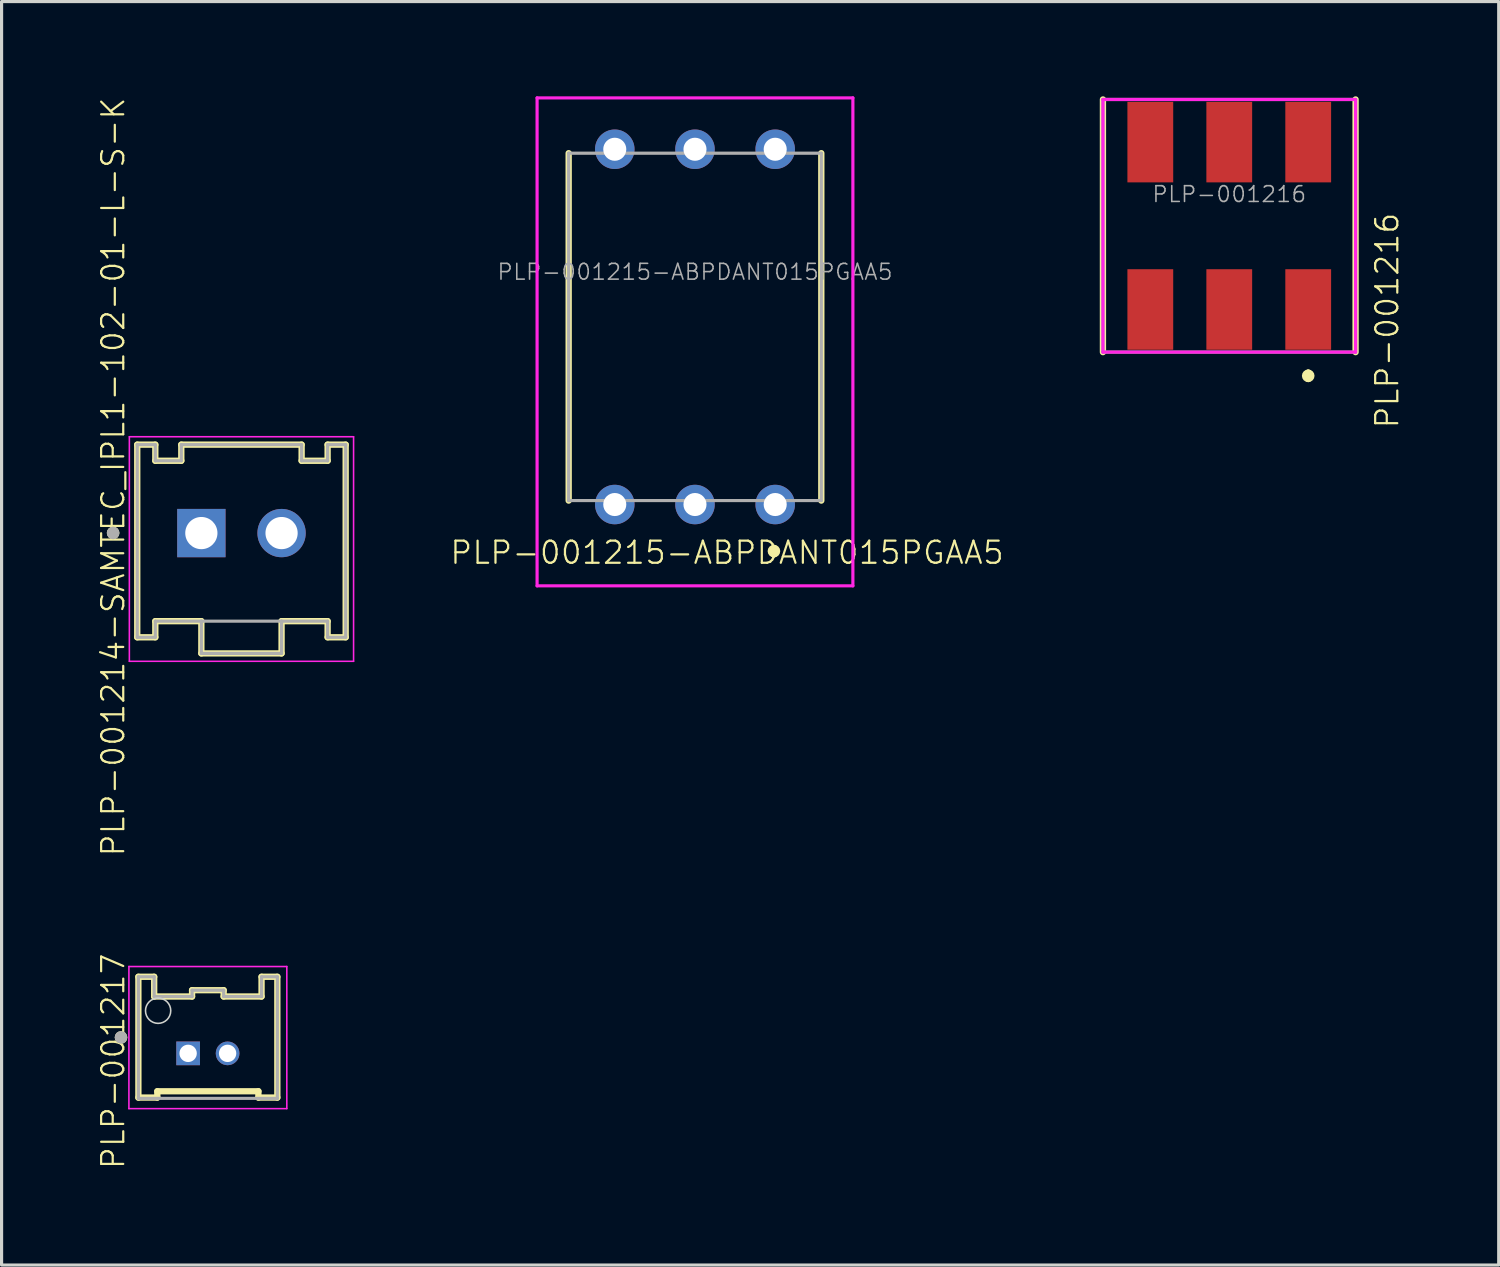
<source format=kicad_pcb>
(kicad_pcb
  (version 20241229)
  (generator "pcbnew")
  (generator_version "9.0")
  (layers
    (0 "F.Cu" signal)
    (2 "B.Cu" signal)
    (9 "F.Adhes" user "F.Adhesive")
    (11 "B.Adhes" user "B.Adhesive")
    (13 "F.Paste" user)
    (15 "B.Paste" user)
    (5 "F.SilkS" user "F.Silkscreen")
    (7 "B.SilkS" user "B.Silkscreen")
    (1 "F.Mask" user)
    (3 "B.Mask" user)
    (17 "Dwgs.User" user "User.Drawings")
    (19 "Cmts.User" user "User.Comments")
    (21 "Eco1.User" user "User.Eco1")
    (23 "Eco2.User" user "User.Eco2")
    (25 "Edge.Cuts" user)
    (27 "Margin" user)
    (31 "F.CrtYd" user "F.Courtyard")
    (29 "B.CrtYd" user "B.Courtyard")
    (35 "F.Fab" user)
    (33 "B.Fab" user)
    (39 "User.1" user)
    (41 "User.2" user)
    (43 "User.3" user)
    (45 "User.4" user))
  (footprint "PLP-001214-SAMTEC_IPL1-102-01-L-S-K"
    (layer "F.Cu")
    (at 4.596 13.83)
    (property "Reference" "PLP-001214-SAMTEC_IPL1-102-01-L-S-K" (at -4.064 -1.778 90) (layer "F.SilkS") (effects (font (size 0.7 0.7) (thickness 0.07))))
    (attr through_hole)
    (fp_line (start -3.3 -2.8) (end -3.3 3.3) (stroke (width 0.2) (type solid)) (layer "F.SilkS"))
    (fp_line (start -3.3 3.3) (end -2.728 3.3) (stroke (width 0.2) (type solid)) (layer "F.SilkS"))
    (fp_line (start -2.728 -2.8) (end -3.3 -2.8) (stroke (width 0.2) (type solid)) (layer "F.SilkS"))
    (fp_line (start -2.728 -2.29) (end -2.728 -2.8) (stroke (width 0.2) (type solid)) (layer "F.SilkS"))
    (fp_line (start -2.728 2.79) (end -1.27 2.79) (stroke (width 0.2) (type solid)) (layer "F.SilkS"))
    (fp_line (start -2.728 3.3) (end -2.728 2.79) (stroke (width 0.2) (type solid)) (layer "F.SilkS"))
    (fp_line (start -1.905 -2.8) (end -1.905 -2.29) (stroke (width 0.2) (type solid)) (layer "F.SilkS"))
    (fp_line (start -1.905 -2.29) (end -2.728 -2.29) (stroke (width 0.2) (type solid)) (layer "F.SilkS"))
    (fp_line (start -1.27 2.79) (end -1.27 3.81) (stroke (width 0.2) (type solid)) (layer "F.SilkS"))
    (fp_line (start -1.27 3.81) (end 1.27 3.81) (stroke (width 0.2) (type solid)) (layer "F.SilkS"))
    (fp_line (start 1.27 2.79) (end 2.728 2.79) (stroke (width 0.2) (type solid)) (layer "F.SilkS"))
    (fp_line (start 1.27 3.81) (end 1.27 2.79) (stroke (width 0.2) (type solid)) (layer "F.SilkS"))
    (fp_line (start 1.905 -2.8) (end -1.905 -2.8) (stroke (width 0.2) (type solid)) (layer "F.SilkS"))
    (fp_line (start 1.905 -2.29) (end 1.905 -2.8) (stroke (width 0.2) (type solid)) (layer "F.SilkS"))
    (fp_line (start 2.728 -2.8) (end 2.728 -2.29) (stroke (width 0.2) (type solid)) (layer "F.SilkS"))
    (fp_line (start 2.728 -2.29) (end 1.905 -2.29) (stroke (width 0.2) (type solid)) (layer "F.SilkS"))
    (fp_line (start 2.728 2.79) (end 2.728 3.3) (stroke (width 0.2) (type solid)) (layer "F.SilkS"))
    (fp_line (start 2.728 3.3) (end 3.3 3.3) (stroke (width 0.2) (type solid)) (layer "F.SilkS"))
    (fp_line (start 3.3 -2.8) (end 2.728 -2.8) (stroke (width 0.2) (type solid)) (layer "F.SilkS"))
    (fp_line (start 3.3 3.3) (end 3.3 -2.8) (stroke (width 0.2) (type solid)) (layer "F.SilkS"))
    (fp_circle (center -4.064 -0.004) (end -3.964 -0.004) (stroke (width 0.2) (type solid)) (fill no) (layer "F.SilkS"))
    (fp_line (start -3.55 -3.05) (end 3.55 -3.05) (stroke (width 0.05) (type solid)) (layer "F.CrtYd"))
    (fp_line (start -3.55 4.06) (end -3.55 -3.05) (stroke (width 0.05) (type solid)) (layer "F.CrtYd"))
    (fp_line (start 3.55 -3.05) (end 3.55 4.06) (stroke (width 0.05) (type solid)) (layer "F.CrtYd"))
    (fp_line (start 3.55 4.06) (end -3.55 4.06) (stroke (width 0.05) (type solid)) (layer "F.CrtYd"))
    (fp_line (start -3.3 -2.8) (end -3.3 3.3) (stroke (width 0.1) (type solid)) (layer "F.Fab"))
    (fp_line (start -3.3 3.3) (end -2.728 3.3) (stroke (width 0.1) (type solid)) (layer "F.Fab"))
    (fp_line (start -2.728 -2.8) (end -3.3 -2.8) (stroke (width 0.1) (type solid)) (layer "F.Fab"))
    (fp_line (start -2.728 -2.29) (end -2.728 -2.8) (stroke (width 0.1) (type solid)) (layer "F.Fab"))
    (fp_line (start -2.728 2.79) (end -1.27 2.79) (stroke (width 0.1) (type solid)) (layer "F.Fab"))
    (fp_line (start -2.728 3.3) (end -2.728 2.79) (stroke (width 0.1) (type solid)) (layer "F.Fab"))
    (fp_line (start -1.905 -2.8) (end -1.905 -2.29) (stroke (width 0.1) (type solid)) (layer "F.Fab"))
    (fp_line (start -1.905 -2.29) (end -2.728 -2.29) (stroke (width 0.1) (type solid)) (layer "F.Fab"))
    (fp_line (start -1.27 2.79) (end -1.27 3.81) (stroke (width 0.1) (type solid)) (layer "F.Fab"))
    (fp_line (start -1.27 2.79) (end 1.27 2.79) (stroke (width 0.1) (type solid)) (layer "F.Fab"))
    (fp_line (start -1.27 3.81) (end 1.27 3.81) (stroke (width 0.1) (type solid)) (layer "F.Fab"))
    (fp_line (start 1.27 2.79) (end 2.728 2.79) (stroke (width 0.1) (type solid)) (layer "F.Fab"))
    (fp_line (start 1.27 3.81) (end 1.27 2.79) (stroke (width 0.1) (type solid)) (layer "F.Fab"))
    (fp_line (start 1.905 -2.8) (end -1.905 -2.8) (stroke (width 0.1) (type solid)) (layer "F.Fab"))
    (fp_line (start 1.905 -2.29) (end 1.905 -2.8) (stroke (width 0.1) (type solid)) (layer "F.Fab"))
    (fp_line (start 2.728 -2.8) (end 2.728 -2.29) (stroke (width 0.1) (type solid)) (layer "F.Fab"))
    (fp_line (start 2.728 -2.29) (end 1.905 -2.29) (stroke (width 0.1) (type solid)) (layer "F.Fab"))
    (fp_line (start 2.728 2.79) (end 2.728 3.3) (stroke (width 0.1) (type solid)) (layer "F.Fab"))
    (fp_line (start 2.728 3.3) (end 3.3 3.3) (stroke (width 0.1) (type solid)) (layer "F.Fab"))
    (fp_line (start 3.3 -2.8) (end 2.728 -2.8) (stroke (width 0.1) (type solid)) (layer "F.Fab"))
    (fp_line (start 3.3 3.3) (end 3.3 -2.8) (stroke (width 0.1) (type solid)) (layer "F.Fab"))
    (fp_circle (center -4.064 -0.004) (end -3.964 -0.004) (stroke (width 0.2) (type solid)) (fill no) (layer "F.Fab"))
    (pad "01" thru_hole rect (at -1.27 0) (size 1.53 1.53) (drill 1.02) (layers "*.Cu" "*.Mask"))
    (pad "02" thru_hole circle (at 1.27 0) (size 1.53 1.53) (drill 1.02) (layers "*.Cu" "*.Mask")))
  (footprint "PLP-001215-ABPDANT015PGAA5"
    (layer "F.Cu")
    (at 18.957 7.301)
    (property "Reference" "PLP-001215-ABPDANT015PGAA5" (at 1.016 7.149 0) (layer "F.SilkS") (effects (font (size 0.7 0.7) (thickness 0.07))))
    (attr through_hole)
    (fp_line (start -4 -5.5) (end -4 5.5) (stroke (width 0.2) (type solid)) (layer "F.SilkS"))
    (fp_line (start 2.5 7) (end 2.5 7) (stroke (width 0.2) (type solid)) (layer "F.SilkS"))
    (fp_line (start 2.5 7.2) (end 2.5 7.2) (stroke (width 0.2) (type solid)) (layer "F.SilkS"))
    (fp_line (start 4 -5.5) (end 4 5.5) (stroke (width 0.2) (type solid)) (layer "F.SilkS"))
    (fp_arc (start 2.5 7) (mid 2.6 7.1) (end 2.5 7.2) (stroke (width 0.2) (type solid)) (layer "F.SilkS"))
    (fp_arc (start 2.5 7.2) (mid 2.4 7.1) (end 2.5 7) (stroke (width 0.2) (type solid)) (layer "F.SilkS"))
    (fp_line (start -5 -7.251) (end 5 -7.251) (stroke (width 0.1) (type solid)) (layer "F.CrtYd"))
    (fp_line (start -5 8.2) (end -5 -7.251) (stroke (width 0.1) (type solid)) (layer "F.CrtYd"))
    (fp_line (start 5 -7.251) (end 5 8.2) (stroke (width 0.1) (type solid)) (layer "F.CrtYd"))
    (fp_line (start 5 8.2) (end -5 8.2) (stroke (width 0.1) (type solid)) (layer "F.CrtYd"))
    (fp_line (start -4 -5.5) (end 4 -5.5) (stroke (width 0.1) (type solid)) (layer "F.Fab"))
    (fp_line (start -4 5.5) (end -4 -5.5) (stroke (width 0.1) (type solid)) (layer "F.Fab"))
    (fp_line (start 4 -5.5) (end 4 5.5) (stroke (width 0.1) (type solid)) (layer "F.Fab"))
    (fp_line (start 4 5.5) (end -4 5.5) (stroke (width 0.1) (type solid)) (layer "F.Fab"))
    (fp_text user "${REFERENCE}" (at 0 -1.741 0) (layer "F.Fab") (effects (font (size 0.5 0.5) (thickness 0.05))))
    (pad "1" thru_hole circle (at 2.54 5.625) (size 1.251 1.251) (drill 0.73) (layers "*.Cu" "*.Mask"))
    (pad "2" thru_hole circle (at 0 5.625) (size 1.251 1.251) (drill 0.73) (layers "*.Cu" "*.Mask"))
    (pad "3" thru_hole circle (at -2.54 5.625) (size 1.251 1.251) (drill 0.73) (layers "*.Cu" "*.Mask"))
    (pad "4" thru_hole circle (at -2.54 -5.625) (size 1.251 1.251) (drill 0.73) (layers "*.Cu" "*.Mask"))
    (pad "5" thru_hole circle (at 0 -5.625) (size 1.251 1.251) (drill 0.73) (layers "*.Cu" "*.Mask"))
    (pad "6" thru_hole circle (at 2.54 -5.625) (size 1.251 1.251) (drill 0.73) (layers "*.Cu" "*.Mask")))
  (footprint "PLP-001217"
    (layer "F.Cu")
    (at 3.532 30.305)
    (property "Reference" "PLP-001217" (at -3 0.25 270) (layer "F.SilkS") (effects (font (size 0.7 0.7) (thickness 0.07))))
    (attr through_hole)
    (fp_line (start -2.2 -2.425) (end -2.2 1.4) (stroke (width 0.2) (type solid)) (layer "F.SilkS"))
    (fp_line (start -2.2 1.4) (end -1.6 1.4) (stroke (width 0.2) (type solid)) (layer "F.SilkS"))
    (fp_line (start -1.7 -2.425) (end -2.2 -2.425) (stroke (width 0.2) (type solid)) (layer "F.SilkS"))
    (fp_line (start -1.7 -1.8) (end -1.7 -2.425) (stroke (width 0.2) (type solid)) (layer "F.SilkS"))
    (fp_line (start -1.6 1.2) (end 1.6 1.2) (stroke (width 0.2) (type solid)) (layer "F.SilkS"))
    (fp_line (start -1.6 1.4) (end -1.6 1.2) (stroke (width 0.2) (type solid)) (layer "F.SilkS"))
    (fp_line (start -0.5 -2) (end -0.5 -1.8) (stroke (width 0.2) (type solid)) (layer "F.SilkS"))
    (fp_line (start -0.5 -1.8) (end -1.7 -1.8) (stroke (width 0.2) (type solid)) (layer "F.SilkS"))
    (fp_line (start 0.5 -2) (end -0.5 -2) (stroke (width 0.2) (type solid)) (layer "F.SilkS"))
    (fp_line (start 0.5 -1.8) (end 0.5 -2) (stroke (width 0.2) (type solid)) (layer "F.SilkS"))
    (fp_line (start 1.6 1.4) (end 1.6 1.2) (stroke (width 0.2) (type solid)) (layer "F.SilkS"))
    (fp_line (start 1.6 1.4) (end 2.2 1.4) (stroke (width 0.2) (type solid)) (layer "F.SilkS"))
    (fp_line (start 1.7 -2.425) (end 1.7 -1.8) (stroke (width 0.2) (type solid)) (layer "F.SilkS"))
    (fp_line (start 1.7 -1.8) (end 0.5 -1.8) (stroke (width 0.2) (type solid)) (layer "F.SilkS"))
    (fp_line (start 2.2 -2.425) (end 1.7 -2.425) (stroke (width 0.2) (type solid)) (layer "F.SilkS"))
    (fp_line (start 2.2 1.4) (end 2.2 -2.425) (stroke (width 0.2) (type solid)) (layer "F.SilkS"))
    (fp_circle (center -2.75 -0.504) (end -2.65 -0.504) (stroke (width 0.2) (type solid)) (fill no) (layer "F.SilkS"))
    (fp_circle (center -1.575 -1.35) (end -1.175 -1.35) (stroke (width 0.05) (type default)) (fill no) (layer "Edge.Cuts"))
    (fp_line (start -2.5 -2.75) (end 2.5 -2.75) (stroke (width 0.05) (type solid)) (layer "F.CrtYd"))
    (fp_line (start -2.5 1.75) (end -2.5 -2.75) (stroke (width 0.05) (type solid)) (layer "F.CrtYd"))
    (fp_line (start 2.5 -2.75) (end 2.5 1.75) (stroke (width 0.05) (type solid)) (layer "F.CrtYd"))
    (fp_line (start 2.5 1.75) (end -2.5 1.75) (stroke (width 0.05) (type solid)) (layer "F.CrtYd"))
    (fp_line (start -2.2 -2.425) (end -2.2 1.425) (stroke (width 0.1) (type solid)) (layer "F.Fab"))
    (fp_line (start -2.2 1.425) (end 2.2 1.425) (stroke (width 0.1) (type solid)) (layer "F.Fab"))
    (fp_line (start -1.7 -2.425) (end -2.2 -2.425) (stroke (width 0.1) (type solid)) (layer "F.Fab"))
    (fp_line (start -1.7 -1.8) (end -1.7 -2.425) (stroke (width 0.1) (type solid)) (layer "F.Fab"))
    (fp_line (start -0.5 -2) (end -0.5 -1.8) (stroke (width 0.1) (type solid)) (layer "F.Fab"))
    (fp_line (start -0.5 -1.8) (end -1.7 -1.8) (stroke (width 0.1) (type solid)) (layer "F.Fab"))
    (fp_line (start 0.5 -2) (end -0.5 -2) (stroke (width 0.1) (type solid)) (layer "F.Fab"))
    (fp_line (start 0.5 -1.8) (end 0.5 -2) (stroke (width 0.1) (type solid)) (layer "F.Fab"))
    (fp_line (start 1.7 -2.425) (end 1.7 -1.8) (stroke (width 0.1) (type solid)) (layer "F.Fab"))
    (fp_line (start 1.7 -1.8) (end 0.5 -1.8) (stroke (width 0.1) (type solid)) (layer "F.Fab"))
    (fp_line (start 2.2 1.425) (end 2.201 -2.425) (stroke (width 0.1) (type solid)) (layer "F.Fab"))
    (fp_line (start 2.201 -2.425) (end 1.7 -2.425) (stroke (width 0.1) (type solid)) (layer "F.Fab"))
    (fp_circle (center -2.75 -0.504) (end -2.65 -0.504) (stroke (width 0.2) (type solid)) (fill no) (layer "F.Fab"))
    (pad "01" thru_hole rect (at -0.625 0) (size 0.75 0.75) (drill 0.55) (layers "*.Cu" "*.Mask"))
    (pad "02" thru_hole circle (at 0.625 0) (size 0.75 0.75) (drill 0.55) (layers "*.Cu" "*.Mask")))
  (footprint "PLP-001216"
    (layer "F.Cu")
    (at 35.875 4.1)
    (property "Reference" "PLP-001216" (at 5 3 90) (layer "F.SilkS") (effects (font (size 0.7 0.7) (thickness 0.07))))
    (attr through_hole)
    (fp_line (start -4 -4) (end -4 4) (stroke (width 0.2) (type solid)) (layer "F.SilkS"))
    (fp_line (start 2.5 4.65) (end 2.5 4.65) (stroke (width 0.2) (type solid)) (layer "F.SilkS"))
    (fp_line (start 2.5 4.85) (end 2.5 4.85) (stroke (width 0.2) (type solid)) (layer "F.SilkS"))
    (fp_line (start 4 -4) (end 4 4) (stroke (width 0.2) (type solid)) (layer "F.SilkS"))
    (fp_arc (start 2.5 4.65) (mid 2.6 4.75) (end 2.5 4.85) (stroke (width 0.2) (type solid)) (layer "F.SilkS"))
    (fp_arc (start 2.5 4.85) (mid 2.4 4.75) (end 2.5 4.65) (stroke (width 0.2) (type solid)) (layer "F.SilkS"))
    (fp_line (start -4 -4) (end 4 -4) (stroke (width 0.1) (type solid)) (layer "F.CrtYd"))
    (fp_line (start -4 4) (end -4 -4) (stroke (width 0.1) (type solid)) (layer "F.CrtYd"))
    (fp_line (start 4 -4) (end 4 4) (stroke (width 0.1) (type solid)) (layer "F.CrtYd"))
    (fp_line (start 4 4) (end -4 4) (stroke (width 0.1) (type solid)) (layer "F.CrtYd"))
    (fp_line (start -4 -4) (end 4 -4) (stroke (width 0.1) (type solid)) (layer "F.Fab"))
    (fp_line (start -4 4) (end -4 -4) (stroke (width 0.1) (type solid)) (layer "F.Fab"))
    (fp_line (start 4 -4) (end 4 4) (stroke (width 0.1) (type solid)) (layer "F.Fab"))
    (fp_line (start 4 4) (end -4 4) (stroke (width 0.1) (type solid)) (layer "F.Fab"))
    (fp_text user "${REFERENCE}" (at 0 -1 0) (layer "F.Fab") (effects (font (size 0.5 0.5) (thickness 0.05))))
    (pad "1" smd rect (at 2.5 2.65) (size 1.45 2.55) (layers "F.Cu" "F.Mask" "F.Paste"))
    (pad "2" smd rect (at 0 2.65) (size 1.45 2.55) (layers "F.Cu" "F.Mask" "F.Paste"))
    (pad "3" smd rect (at -2.5 2.65) (size 1.45 2.55) (layers "F.Cu" "F.Mask" "F.Paste"))
    (pad "4" smd rect (at -2.5 -2.65) (size 1.45 2.55) (layers "F.Cu" "F.Mask" "F.Paste"))
    (pad "5" smd rect (at 0 -2.65) (size 1.45 2.55) (layers "F.Cu" "F.Mask" "F.Paste"))
    (pad "6" smd rect (at 2.5 -2.65) (size 1.45 2.55) (layers "F.Cu" "F.Mask" "F.Paste")))
  (gr_rect
    (start -3 -3)
    (end 44.407 37.007)
    (stroke (width 0.1) (type default))
    (fill no)
    (layer "Edge.Cuts")))
</source>
